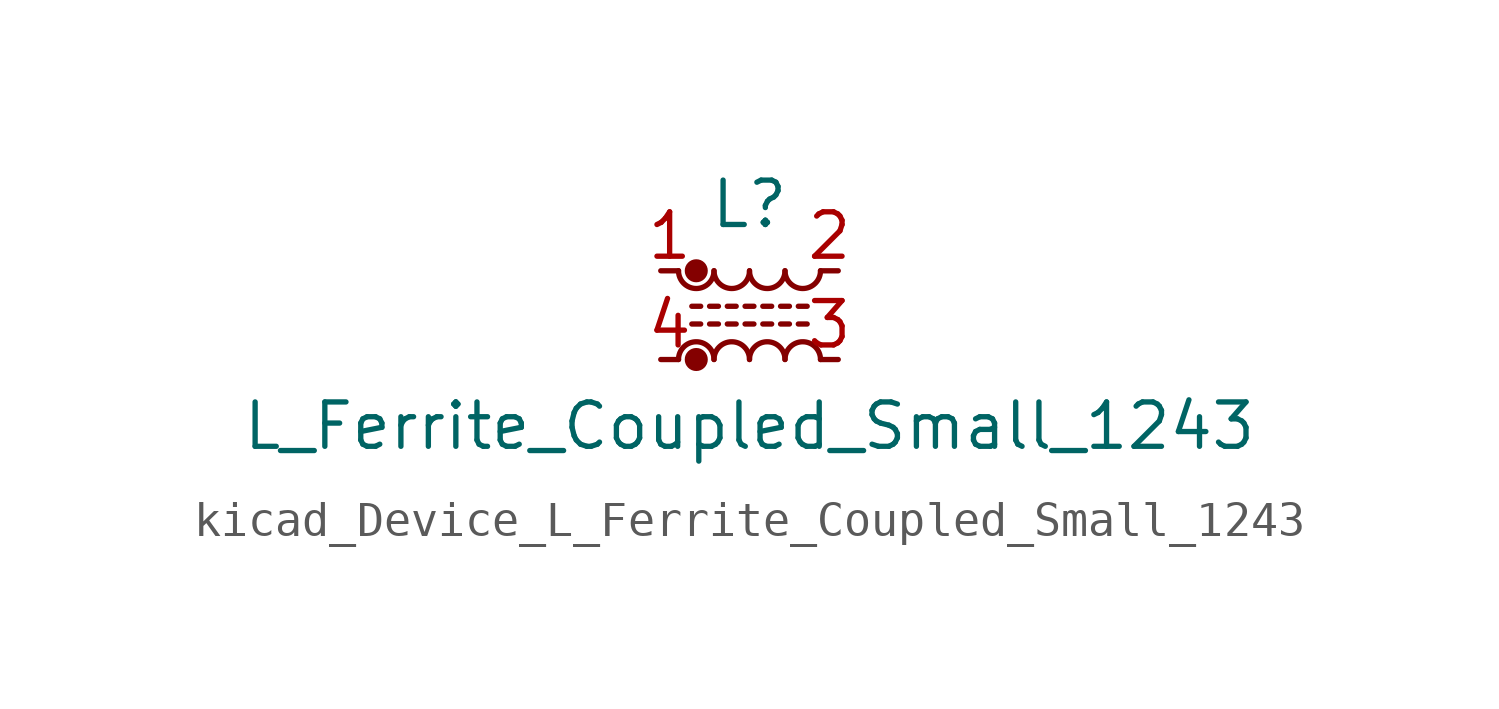
<source format=kicad_sym>
(kicad_symbol_lib
  (version 20220914)
  (generator kicad_symbol_editor)
  (symbol "kicad_Device_L_Ferrite_Coupled_Small_1243"
    (pin_names
      (offset 0.254) hide)
    (property "Reference" "L"
      (at 0 3.175 0)
      (effects (font (size 1.27 1.27))))
    (property "Value" "L_Ferrite_Coupled_Small_1243"
      (at 0 -3.175 0)
      (effects (font (size 1.27 1.27))))
    (symbol "kicad_Device_L_Ferrite_Coupled_Small_1243_0_1"
      (arc (start -2.032 1.27) (mid -1.524 0.7642) (end -1.016 1.27) (stroke (width 0) (type default)) (fill (type none)))
      (circle (center -1.524 -1.27) (radius 0.254) (stroke (width 0) (type default)) (fill (type outline)))
      (circle (center -1.524 1.27) (radius 0.254) (stroke (width 0) (type default)) (fill (type outline)))
      (arc (start -1.016 -1.27) (mid -1.524 -0.7642) (end -2.032 -1.27) (stroke (width 0) (type default)) (fill (type none)))
      (arc (start -1.016 1.27) (mid -0.508 0.7642) (end 0 1.27) (stroke (width 0) (type default)) (fill (type none)))
      (arc (start 0 -1.27) (mid -0.508 -0.7642) (end -1.016 -1.27) (stroke (width 0) (type default)) (fill (type none)))
      (polyline (pts (xy -1.651 0.254) (xy -1.397 0.254)) (stroke (width 0) (type default)) (fill (type none)))
      (polyline (pts (xy -1.397 -0.254) (xy -1.651 -0.254)) (stroke (width 0) (type default)) (fill (type none)))
      (polyline (pts (xy -1.143 0.254) (xy -0.889 0.254)) (stroke (width 0) (type default)) (fill (type none)))
      (polyline (pts (xy -0.889 -0.254) (xy -1.143 -0.254)) (stroke (width 0) (type default)) (fill (type none)))
      (polyline (pts (xy -0.635 0.254) (xy -0.381 0.254)) (stroke (width 0) (type default)) (fill (type none)))
      (polyline (pts (xy -0.381 -0.254) (xy -0.635 -0.254)) (stroke (width 0) (type default)) (fill (type none)))
      (polyline (pts (xy -0.127 0.254) (xy 0.127 0.254)) (stroke (width 0) (type default)) (fill (type none)))
      (polyline (pts (xy 0.127 -0.254) (xy -0.127 -0.254)) (stroke (width 0) (type default)) (fill (type none)))
      (polyline (pts (xy 0.381 0.254) (xy 0.635 0.254)) (stroke (width 0) (type default)) (fill (type none)))
      (polyline (pts (xy 0.635 -0.254) (xy 0.381 -0.254)) (stroke (width 0) (type default)) (fill (type none)))
      (polyline (pts (xy 0.889 0.254) (xy 1.143 0.254)) (stroke (width 0) (type default)) (fill (type none)))
      (polyline (pts (xy 1.143 -0.254) (xy 0.889 -0.254)) (stroke (width 0) (type default)) (fill (type none)))
      (polyline (pts (xy 1.397 0.254) (xy 1.651 0.254)) (stroke (width 0) (type default)) (fill (type none)))
      (polyline (pts (xy 1.651 -0.254) (xy 1.397 -0.254)) (stroke (width 0) (type default)) (fill (type none)))
      (arc (start 0 1.27) (mid 0.508 0.7642) (end 1.016 1.27) (stroke (width 0) (type default)) (fill (type none)))
      (arc (start 1.016 -1.27) (mid 0.508 -0.7642) (end 0 -1.27) (stroke (width 0) (type default)) (fill (type none)))
      (arc (start 1.016 1.27) (mid 1.524 0.7642) (end 2.032 1.27) (stroke (width 0) (type default)) (fill (type none)))
      (arc (start 2.032 -1.27) (mid 1.524 -0.7642) (end 1.016 -1.27) (stroke (width 0) (type default)) (fill (type none))))
    (symbol "kicad_Device_L_Ferrite_Coupled_Small_1243_1_1"
      (pin passive line (at -2.54 1.27 0) (length 0.508) (name "1" (effects (font (size 1.27 1.27)))) (number "1" (effects (font (size 1.27 1.27)))))
      (pin passive line (at 2.54 1.27 180) (length 0.508) (name "2" (effects (font (size 1.27 1.27)))) (number "2" (effects (font (size 1.27 1.27)))))
      (pin passive line (at 2.54 -1.27 180) (length 0.508) (name "3" (effects (font (size 1.27 1.27)))) (number "3" (effects (font (size 1.27 1.27)))))
      (pin passive line (at -2.54 -1.27 0) (length 0.508) (name "4" (effects (font (size 1.27 1.27)))) (number "4" (effects (font (size 1.27 1.27))))))))
</source>
